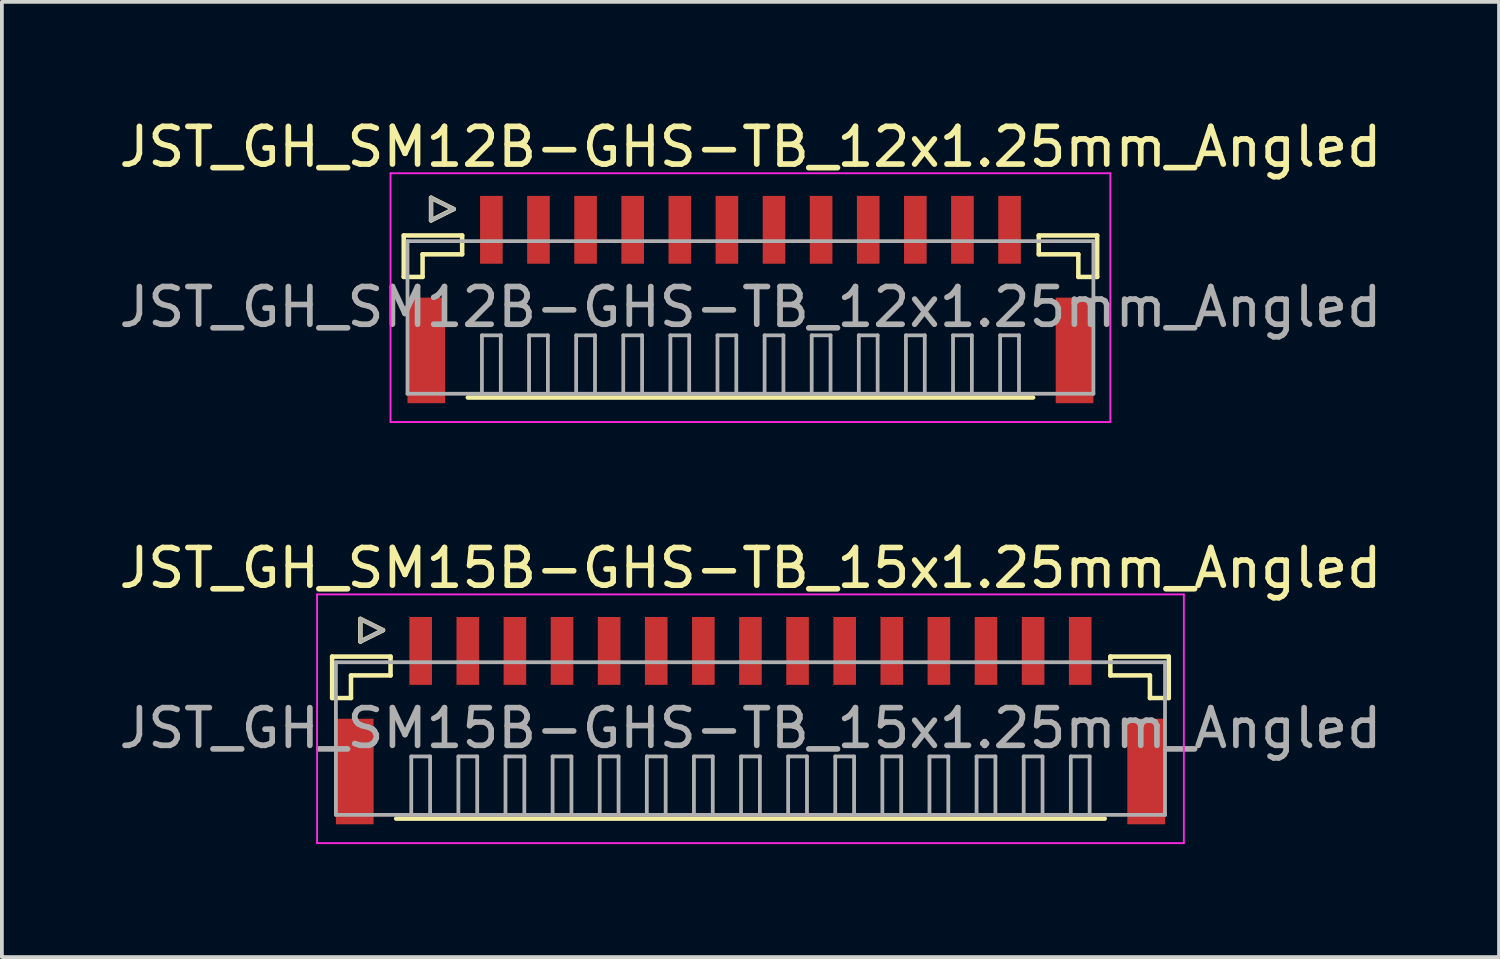
<source format=kicad_pcb>
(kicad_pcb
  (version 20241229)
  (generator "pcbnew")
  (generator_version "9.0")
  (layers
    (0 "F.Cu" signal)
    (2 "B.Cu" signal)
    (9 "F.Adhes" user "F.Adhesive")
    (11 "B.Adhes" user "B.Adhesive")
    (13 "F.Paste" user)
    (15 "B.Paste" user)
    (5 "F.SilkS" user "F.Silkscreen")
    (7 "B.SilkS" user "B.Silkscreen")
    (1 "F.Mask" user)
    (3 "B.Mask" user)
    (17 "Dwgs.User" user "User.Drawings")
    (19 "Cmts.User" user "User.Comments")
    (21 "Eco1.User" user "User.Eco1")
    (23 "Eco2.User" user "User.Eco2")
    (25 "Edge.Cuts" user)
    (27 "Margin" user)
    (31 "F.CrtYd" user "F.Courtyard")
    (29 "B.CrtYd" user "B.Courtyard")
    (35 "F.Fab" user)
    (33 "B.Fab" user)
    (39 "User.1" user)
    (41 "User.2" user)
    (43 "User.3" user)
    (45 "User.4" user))
  (footprint "JST_GH_SM12B-GHS-TB_12x1.25mm_Angled"
    (layer "F.Cu")
    (at 16.863 4.648)
    (property "Reference" "JST_GH_SM12B-GHS-TB_12x1.25mm_Angled" (at 0 -3.8 0) (layer "F.SilkS") (effects (font (size 1 1) (thickness 0.15))))
    (attr smd)
    (fp_line (start -9.2 -1.45) (end -7.65 -1.45) (stroke (width 0.12) (type solid)) (layer "F.SilkS"))
    (fp_line (start -9.2 -0.35) (end -9.2 -1.45) (stroke (width 0.12) (type solid)) (layer "F.SilkS"))
    (fp_line (start -8.7 -0.95) (end -8.7 -0.35) (stroke (width 0.12) (type solid)) (layer "F.SilkS"))
    (fp_line (start -8.7 -0.35) (end -9.2 -0.35) (stroke (width 0.12) (type solid)) (layer "F.SilkS"))
    (fp_line (start -8.475 -2.45) (end -8.475 -1.85) (stroke (width 0.12) (type solid)) (layer "F.SilkS"))
    (fp_line (start -8.475 -1.85) (end -7.875 -2.15) (stroke (width 0.12) (type solid)) (layer "F.SilkS"))
    (fp_line (start -7.875 -2.15) (end -8.475 -2.45) (stroke (width 0.12) (type solid)) (layer "F.SilkS"))
    (fp_line (start -7.65 -1.45) (end -7.65 -0.95) (stroke (width 0.12) (type solid)) (layer "F.SilkS"))
    (fp_line (start -7.65 -0.95) (end -8.7 -0.95) (stroke (width 0.12) (type solid)) (layer "F.SilkS"))
    (fp_line (start -7.5 2.85) (end 7.5 2.85) (stroke (width 0.12) (type solid)) (layer "F.SilkS"))
    (fp_line (start 7.65 -1.45) (end 7.65 -0.95) (stroke (width 0.12) (type solid)) (layer "F.SilkS"))
    (fp_line (start 7.65 -0.95) (end 8.7 -0.95) (stroke (width 0.12) (type solid)) (layer "F.SilkS"))
    (fp_line (start 8.7 -0.95) (end 8.7 -0.35) (stroke (width 0.12) (type solid)) (layer "F.SilkS"))
    (fp_line (start 8.7 -0.35) (end 9.2 -0.35) (stroke (width 0.12) (type solid)) (layer "F.SilkS"))
    (fp_line (start 9.2 -1.45) (end 7.65 -1.45) (stroke (width 0.12) (type solid)) (layer "F.SilkS"))
    (fp_line (start 9.2 -0.35) (end 9.2 -1.45) (stroke (width 0.12) (type solid)) (layer "F.SilkS"))
    (fp_line (start -9.55 -3.1) (end -9.55 3.5) (stroke (width 0.05) (type solid)) (layer "F.CrtYd"))
    (fp_line (start -9.55 3.5) (end 9.55 3.5) (stroke (width 0.05) (type solid)) (layer "F.CrtYd"))
    (fp_line (start 9.55 -3.1) (end -9.55 -3.1) (stroke (width 0.05) (type solid)) (layer "F.CrtYd"))
    (fp_line (start 9.55 3.5) (end 9.55 -3.1) (stroke (width 0.05) (type solid)) (layer "F.CrtYd"))
    (fp_line (start -9.1 -1.3) (end -9.1 2.75) (stroke (width 0.1) (type solid)) (layer "F.Fab"))
    (fp_line (start -9.1 2.75) (end 9.1 2.75) (stroke (width 0.1) (type solid)) (layer "F.Fab"))
    (fp_line (start -8.475 -2.45) (end -8.475 -1.85) (stroke (width 0.1) (type solid)) (layer "F.Fab"))
    (fp_line (start -8.475 -1.85) (end -7.875 -2.15) (stroke (width 0.1) (type solid)) (layer "F.Fab"))
    (fp_line (start -7.875 -2.15) (end -8.475 -2.45) (stroke (width 0.1) (type solid)) (layer "F.Fab"))
    (fp_line (start -7.125 1.2) (end -6.625 1.2) (stroke (width 0.1) (type solid)) (layer "F.Fab"))
    (fp_line (start -7.125 2.7) (end -7.125 1.2) (stroke (width 0.1) (type solid)) (layer "F.Fab"))
    (fp_line (start -6.625 1.2) (end -6.625 2.7) (stroke (width 0.1) (type solid)) (layer "F.Fab"))
    (fp_line (start -5.875 1.2) (end -5.375 1.2) (stroke (width 0.1) (type solid)) (layer "F.Fab"))
    (fp_line (start -5.875 2.7) (end -5.875 1.2) (stroke (width 0.1) (type solid)) (layer "F.Fab"))
    (fp_line (start -5.375 1.2) (end -5.375 2.7) (stroke (width 0.1) (type solid)) (layer "F.Fab"))
    (fp_line (start -4.625 1.2) (end -4.125 1.2) (stroke (width 0.1) (type solid)) (layer "F.Fab"))
    (fp_line (start -4.625 2.7) (end -4.625 1.2) (stroke (width 0.1) (type solid)) (layer "F.Fab"))
    (fp_line (start -4.125 1.2) (end -4.125 2.7) (stroke (width 0.1) (type solid)) (layer "F.Fab"))
    (fp_line (start -3.375 1.2) (end -2.875 1.2) (stroke (width 0.1) (type solid)) (layer "F.Fab"))
    (fp_line (start -3.375 2.7) (end -3.375 1.2) (stroke (width 0.1) (type solid)) (layer "F.Fab"))
    (fp_line (start -2.875 1.2) (end -2.875 2.7) (stroke (width 0.1) (type solid)) (layer "F.Fab"))
    (fp_line (start -2.125 1.2) (end -1.625 1.2) (stroke (width 0.1) (type solid)) (layer "F.Fab"))
    (fp_line (start -2.125 2.7) (end -2.125 1.2) (stroke (width 0.1) (type solid)) (layer "F.Fab"))
    (fp_line (start -1.625 1.2) (end -1.625 2.7) (stroke (width 0.1) (type solid)) (layer "F.Fab"))
    (fp_line (start -0.875 1.2) (end -0.375 1.2) (stroke (width 0.1) (type solid)) (layer "F.Fab"))
    (fp_line (start -0.875 2.7) (end -0.875 1.2) (stroke (width 0.1) (type solid)) (layer "F.Fab"))
    (fp_line (start -0.375 1.2) (end -0.375 2.7) (stroke (width 0.1) (type solid)) (layer "F.Fab"))
    (fp_line (start 0.375 1.2) (end 0.875 1.2) (stroke (width 0.1) (type solid)) (layer "F.Fab"))
    (fp_line (start 0.375 2.7) (end 0.375 1.2) (stroke (width 0.1) (type solid)) (layer "F.Fab"))
    (fp_line (start 0.875 1.2) (end 0.875 2.7) (stroke (width 0.1) (type solid)) (layer "F.Fab"))
    (fp_line (start 1.625 1.2) (end 2.125 1.2) (stroke (width 0.1) (type solid)) (layer "F.Fab"))
    (fp_line (start 1.625 2.7) (end 1.625 1.2) (stroke (width 0.1) (type solid)) (layer "F.Fab"))
    (fp_line (start 2.125 1.2) (end 2.125 2.7) (stroke (width 0.1) (type solid)) (layer "F.Fab"))
    (fp_line (start 2.875 1.2) (end 3.375 1.2) (stroke (width 0.1) (type solid)) (layer "F.Fab"))
    (fp_line (start 2.875 2.7) (end 2.875 1.2) (stroke (width 0.1) (type solid)) (layer "F.Fab"))
    (fp_line (start 3.375 1.2) (end 3.375 2.7) (stroke (width 0.1) (type solid)) (layer "F.Fab"))
    (fp_line (start 4.125 1.2) (end 4.625 1.2) (stroke (width 0.1) (type solid)) (layer "F.Fab"))
    (fp_line (start 4.125 2.7) (end 4.125 1.2) (stroke (width 0.1) (type solid)) (layer "F.Fab"))
    (fp_line (start 4.625 1.2) (end 4.625 2.7) (stroke (width 0.1) (type solid)) (layer "F.Fab"))
    (fp_line (start 5.375 1.2) (end 5.875 1.2) (stroke (width 0.1) (type solid)) (layer "F.Fab"))
    (fp_line (start 5.375 2.7) (end 5.375 1.2) (stroke (width 0.1) (type solid)) (layer "F.Fab"))
    (fp_line (start 5.875 1.2) (end 5.875 2.7) (stroke (width 0.1) (type solid)) (layer "F.Fab"))
    (fp_line (start 6.625 1.2) (end 7.125 1.2) (stroke (width 0.1) (type solid)) (layer "F.Fab"))
    (fp_line (start 6.625 2.7) (end 6.625 1.2) (stroke (width 0.1) (type solid)) (layer "F.Fab"))
    (fp_line (start 7.125 1.2) (end 7.125 2.7) (stroke (width 0.1) (type solid)) (layer "F.Fab"))
    (fp_line (start 9.1 -1.3) (end -9.1 -1.3) (stroke (width 0.1) (type solid)) (layer "F.Fab"))
    (fp_line (start 9.1 2.75) (end 9.1 -1.3) (stroke (width 0.1) (type solid)) (layer "F.Fab"))
    (fp_text user "${REFERENCE}" (at 0 0.45 0) (layer "F.Fab") (effects (font (size 1 1) (thickness 0.15))))
    (pad "" smd rect (at -8.6 1.6) (size 1 2.8) (layers "F.Cu" "F.Mask" "F.Paste"))
    (pad "" smd rect (at 8.6 1.6) (size 1 2.8) (layers "F.Cu" "F.Mask" "F.Paste"))
    (pad "1" smd rect (at -6.875 -1.6) (size 0.6 1.8) (layers "F.Cu" "F.Mask" "F.Paste"))
    (pad "2" smd rect (at -5.625 -1.6) (size 0.6 1.8) (layers "F.Cu" "F.Mask" "F.Paste"))
    (pad "3" smd rect (at -4.375 -1.6) (size 0.6 1.8) (layers "F.Cu" "F.Mask" "F.Paste"))
    (pad "4" smd rect (at -3.125 -1.6) (size 0.6 1.8) (layers "F.Cu" "F.Mask" "F.Paste"))
    (pad "5" smd rect (at -1.875 -1.6) (size 0.6 1.8) (layers "F.Cu" "F.Mask" "F.Paste"))
    (pad "6" smd rect (at -0.625 -1.6) (size 0.6 1.8) (layers "F.Cu" "F.Mask" "F.Paste"))
    (pad "7" smd rect (at 0.625 -1.6) (size 0.6 1.8) (layers "F.Cu" "F.Mask" "F.Paste"))
    (pad "8" smd rect (at 1.875 -1.6) (size 0.6 1.8) (layers "F.Cu" "F.Mask" "F.Paste"))
    (pad "9" smd rect (at 3.125 -1.6) (size 0.6 1.8) (layers "F.Cu" "F.Mask" "F.Paste"))
    (pad "10" smd rect (at 4.375 -1.6) (size 0.6 1.8) (layers "F.Cu" "F.Mask" "F.Paste"))
    (pad "11" smd rect (at 5.625 -1.6) (size 0.6 1.8) (layers "F.Cu" "F.Mask" "F.Paste"))
    (pad "12" smd rect (at 6.875 -1.6) (size 0.6 1.8) (layers "F.Cu" "F.Mask" "F.Paste")))
  (footprint "JST_GH_SM15B-GHS-TB_15x1.25mm_Angled"
    (layer "F.Cu")
    (at 16.863 15.822)
    (property "Reference" "JST_GH_SM15B-GHS-TB_15x1.25mm_Angled" (at 0 -3.8 0) (layer "F.SilkS") (effects (font (size 1 1) (thickness 0.15))))
    (attr smd)
    (fp_line (start -11.1 -1.45) (end -9.55 -1.45) (stroke (width 0.12) (type solid)) (layer "F.SilkS"))
    (fp_line (start -11.1 -0.35) (end -11.1 -1.45) (stroke (width 0.12) (type solid)) (layer "F.SilkS"))
    (fp_line (start -10.6 -0.95) (end -10.6 -0.35) (stroke (width 0.12) (type solid)) (layer "F.SilkS"))
    (fp_line (start -10.6 -0.35) (end -11.1 -0.35) (stroke (width 0.12) (type solid)) (layer "F.SilkS"))
    (fp_line (start -10.35 -2.45) (end -10.35 -1.85) (stroke (width 0.12) (type solid)) (layer "F.SilkS"))
    (fp_line (start -10.35 -1.85) (end -9.75 -2.15) (stroke (width 0.12) (type solid)) (layer "F.SilkS"))
    (fp_line (start -9.75 -2.15) (end -10.35 -2.45) (stroke (width 0.12) (type solid)) (layer "F.SilkS"))
    (fp_line (start -9.55 -1.45) (end -9.55 -0.95) (stroke (width 0.12) (type solid)) (layer "F.SilkS"))
    (fp_line (start -9.55 -0.95) (end -10.6 -0.95) (stroke (width 0.12) (type solid)) (layer "F.SilkS"))
    (fp_line (start -9.4 2.85) (end 9.4 2.85) (stroke (width 0.12) (type solid)) (layer "F.SilkS"))
    (fp_line (start 9.55 -1.45) (end 9.55 -0.95) (stroke (width 0.12) (type solid)) (layer "F.SilkS"))
    (fp_line (start 9.55 -0.95) (end 10.6 -0.95) (stroke (width 0.12) (type solid)) (layer "F.SilkS"))
    (fp_line (start 10.6 -0.95) (end 10.6 -0.35) (stroke (width 0.12) (type solid)) (layer "F.SilkS"))
    (fp_line (start 10.6 -0.35) (end 11.1 -0.35) (stroke (width 0.12) (type solid)) (layer "F.SilkS"))
    (fp_line (start 11.1 -1.45) (end 9.55 -1.45) (stroke (width 0.12) (type solid)) (layer "F.SilkS"))
    (fp_line (start 11.1 -0.35) (end 11.1 -1.45) (stroke (width 0.12) (type solid)) (layer "F.SilkS"))
    (fp_line (start -11.5 -3.1) (end -11.5 3.5) (stroke (width 0.05) (type solid)) (layer "F.CrtYd"))
    (fp_line (start -11.5 3.5) (end 11.5 3.5) (stroke (width 0.05) (type solid)) (layer "F.CrtYd"))
    (fp_line (start 11.5 -3.1) (end -11.5 -3.1) (stroke (width 0.05) (type solid)) (layer "F.CrtYd"))
    (fp_line (start 11.5 3.5) (end 11.5 -3.1) (stroke (width 0.05) (type solid)) (layer "F.CrtYd"))
    (fp_line (start -11 -1.3) (end -11 2.75) (stroke (width 0.1) (type solid)) (layer "F.Fab"))
    (fp_line (start -11 2.75) (end 11 2.75) (stroke (width 0.1) (type solid)) (layer "F.Fab"))
    (fp_line (start -10.35 -2.45) (end -10.35 -1.85) (stroke (width 0.1) (type solid)) (layer "F.Fab"))
    (fp_line (start -10.35 -1.85) (end -9.75 -2.15) (stroke (width 0.1) (type solid)) (layer "F.Fab"))
    (fp_line (start -9.75 -2.15) (end -10.35 -2.45) (stroke (width 0.1) (type solid)) (layer "F.Fab"))
    (fp_line (start -9 1.2) (end -8.5 1.2) (stroke (width 0.1) (type solid)) (layer "F.Fab"))
    (fp_line (start -9 2.7) (end -9 1.2) (stroke (width 0.1) (type solid)) (layer "F.Fab"))
    (fp_line (start -8.5 1.2) (end -8.5 2.7) (stroke (width 0.1) (type solid)) (layer "F.Fab"))
    (fp_line (start -7.75 1.2) (end -7.25 1.2) (stroke (width 0.1) (type solid)) (layer "F.Fab"))
    (fp_line (start -7.75 2.7) (end -7.75 1.2) (stroke (width 0.1) (type solid)) (layer "F.Fab"))
    (fp_line (start -7.25 1.2) (end -7.25 2.7) (stroke (width 0.1) (type solid)) (layer "F.Fab"))
    (fp_line (start -6.5 1.2) (end -6 1.2) (stroke (width 0.1) (type solid)) (layer "F.Fab"))
    (fp_line (start -6.5 2.7) (end -6.5 1.2) (stroke (width 0.1) (type solid)) (layer "F.Fab"))
    (fp_line (start -6 1.2) (end -6 2.7) (stroke (width 0.1) (type solid)) (layer "F.Fab"))
    (fp_line (start -5.25 1.2) (end -4.75 1.2) (stroke (width 0.1) (type solid)) (layer "F.Fab"))
    (fp_line (start -5.25 2.7) (end -5.25 1.2) (stroke (width 0.1) (type solid)) (layer "F.Fab"))
    (fp_line (start -4.75 1.2) (end -4.75 2.7) (stroke (width 0.1) (type solid)) (layer "F.Fab"))
    (fp_line (start -4 1.2) (end -3.5 1.2) (stroke (width 0.1) (type solid)) (layer "F.Fab"))
    (fp_line (start -4 2.7) (end -4 1.2) (stroke (width 0.1) (type solid)) (layer "F.Fab"))
    (fp_line (start -3.5 1.2) (end -3.5 2.7) (stroke (width 0.1) (type solid)) (layer "F.Fab"))
    (fp_line (start -2.75 1.2) (end -2.25 1.2) (stroke (width 0.1) (type solid)) (layer "F.Fab"))
    (fp_line (start -2.75 2.7) (end -2.75 1.2) (stroke (width 0.1) (type solid)) (layer "F.Fab"))
    (fp_line (start -2.25 1.2) (end -2.25 2.7) (stroke (width 0.1) (type solid)) (layer "F.Fab"))
    (fp_line (start -1.5 1.2) (end -1 1.2) (stroke (width 0.1) (type solid)) (layer "F.Fab"))
    (fp_line (start -1.5 2.7) (end -1.5 1.2) (stroke (width 0.1) (type solid)) (layer "F.Fab"))
    (fp_line (start -1 1.2) (end -1 2.7) (stroke (width 0.1) (type solid)) (layer "F.Fab"))
    (fp_line (start -0.25 1.2) (end 0.25 1.2) (stroke (width 0.1) (type solid)) (layer "F.Fab"))
    (fp_line (start -0.25 2.7) (end -0.25 1.2) (stroke (width 0.1) (type solid)) (layer "F.Fab"))
    (fp_line (start 0.25 1.2) (end 0.25 2.7) (stroke (width 0.1) (type solid)) (layer "F.Fab"))
    (fp_line (start 1 1.2) (end 1.5 1.2) (stroke (width 0.1) (type solid)) (layer "F.Fab"))
    (fp_line (start 1 2.7) (end 1 1.2) (stroke (width 0.1) (type solid)) (layer "F.Fab"))
    (fp_line (start 1.5 1.2) (end 1.5 2.7) (stroke (width 0.1) (type solid)) (layer "F.Fab"))
    (fp_line (start 2.25 1.2) (end 2.75 1.2) (stroke (width 0.1) (type solid)) (layer "F.Fab"))
    (fp_line (start 2.25 2.7) (end 2.25 1.2) (stroke (width 0.1) (type solid)) (layer "F.Fab"))
    (fp_line (start 2.75 1.2) (end 2.75 2.7) (stroke (width 0.1) (type solid)) (layer "F.Fab"))
    (fp_line (start 3.5 1.2) (end 4 1.2) (stroke (width 0.1) (type solid)) (layer "F.Fab"))
    (fp_line (start 3.5 2.7) (end 3.5 1.2) (stroke (width 0.1) (type solid)) (layer "F.Fab"))
    (fp_line (start 4 1.2) (end 4 2.7) (stroke (width 0.1) (type solid)) (layer "F.Fab"))
    (fp_line (start 4.75 1.2) (end 5.25 1.2) (stroke (width 0.1) (type solid)) (layer "F.Fab"))
    (fp_line (start 4.75 2.7) (end 4.75 1.2) (stroke (width 0.1) (type solid)) (layer "F.Fab"))
    (fp_line (start 5.25 1.2) (end 5.25 2.7) (stroke (width 0.1) (type solid)) (layer "F.Fab"))
    (fp_line (start 6 1.2) (end 6.5 1.2) (stroke (width 0.1) (type solid)) (layer "F.Fab"))
    (fp_line (start 6 2.7) (end 6 1.2) (stroke (width 0.1) (type solid)) (layer "F.Fab"))
    (fp_line (start 6.5 1.2) (end 6.5 2.7) (stroke (width 0.1) (type solid)) (layer "F.Fab"))
    (fp_line (start 7.25 1.2) (end 7.75 1.2) (stroke (width 0.1) (type solid)) (layer "F.Fab"))
    (fp_line (start 7.25 2.7) (end 7.25 1.2) (stroke (width 0.1) (type solid)) (layer "F.Fab"))
    (fp_line (start 7.75 1.2) (end 7.75 2.7) (stroke (width 0.1) (type solid)) (layer "F.Fab"))
    (fp_line (start 8.5 1.2) (end 9 1.2) (stroke (width 0.1) (type solid)) (layer "F.Fab"))
    (fp_line (start 8.5 2.7) (end 8.5 1.2) (stroke (width 0.1) (type solid)) (layer "F.Fab"))
    (fp_line (start 9 1.2) (end 9 2.7) (stroke (width 0.1) (type solid)) (layer "F.Fab"))
    (fp_line (start 11 -1.3) (end -11 -1.3) (stroke (width 0.1) (type solid)) (layer "F.Fab"))
    (fp_line (start 11 2.75) (end 11 -1.3) (stroke (width 0.1) (type solid)) (layer "F.Fab"))
    (fp_text user "${REFERENCE}" (at 0 0.45 0) (layer "F.Fab") (effects (font (size 1 1) (thickness 0.15))))
    (pad "" smd rect (at -10.5 1.6) (size 1 2.8) (layers "F.Cu" "F.Mask" "F.Paste"))
    (pad "" smd rect (at 10.5 1.6) (size 1 2.8) (layers "F.Cu" "F.Mask" "F.Paste"))
    (pad "1" smd rect (at -8.75 -1.6) (size 0.6 1.8) (layers "F.Cu" "F.Mask" "F.Paste"))
    (pad "2" smd rect (at -7.5 -1.6) (size 0.6 1.8) (layers "F.Cu" "F.Mask" "F.Paste"))
    (pad "3" smd rect (at -6.25 -1.6) (size 0.6 1.8) (layers "F.Cu" "F.Mask" "F.Paste"))
    (pad "4" smd rect (at -5 -1.6) (size 0.6 1.8) (layers "F.Cu" "F.Mask" "F.Paste"))
    (pad "5" smd rect (at -3.75 -1.6) (size 0.6 1.8) (layers "F.Cu" "F.Mask" "F.Paste"))
    (pad "6" smd rect (at -2.5 -1.6) (size 0.6 1.8) (layers "F.Cu" "F.Mask" "F.Paste"))
    (pad "7" smd rect (at -1.25 -1.6) (size 0.6 1.8) (layers "F.Cu" "F.Mask" "F.Paste"))
    (pad "8" smd rect (at 0 -1.6) (size 0.6 1.8) (layers "F.Cu" "F.Mask" "F.Paste"))
    (pad "9" smd rect (at 1.25 -1.6) (size 0.6 1.8) (layers "F.Cu" "F.Mask" "F.Paste"))
    (pad "10" smd rect (at 2.5 -1.6) (size 0.6 1.8) (layers "F.Cu" "F.Mask" "F.Paste"))
    (pad "11" smd rect (at 3.75 -1.6) (size 0.6 1.8) (layers "F.Cu" "F.Mask" "F.Paste"))
    (pad "12" smd rect (at 5 -1.6) (size 0.6 1.8) (layers "F.Cu" "F.Mask" "F.Paste"))
    (pad "13" smd rect (at 6.25 -1.6) (size 0.6 1.8) (layers "F.Cu" "F.Mask" "F.Paste"))
    (pad "14" smd rect (at 7.5 -1.6) (size 0.6 1.8) (layers "F.Cu" "F.Mask" "F.Paste"))
    (pad "15" smd rect (at 8.75 -1.6) (size 0.6 1.8) (layers "F.Cu" "F.Mask" "F.Paste")))
  (gr_rect
    (start -3 -3)
    (end 36.726 22.346)
    (stroke (width 0.1) (type default))
    (fill no)
    (layer "Edge.Cuts")))
</source>
